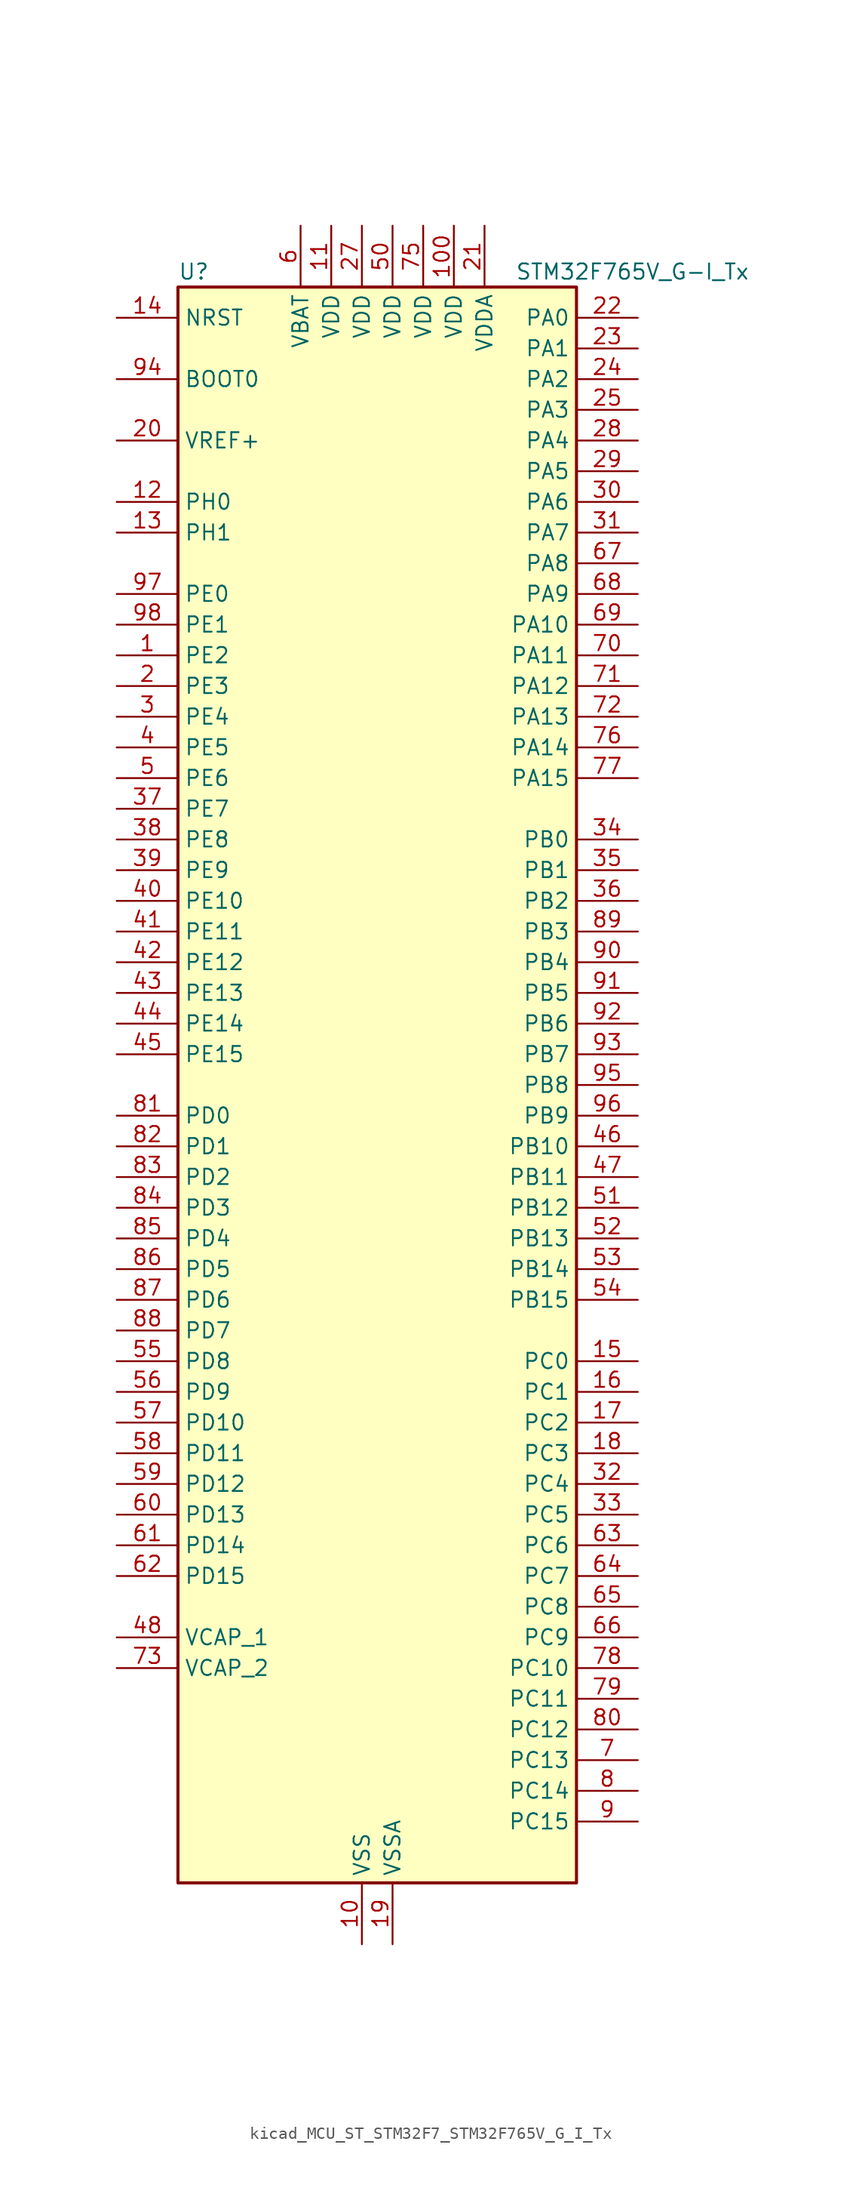
<source format=kicad_sym>
(kicad_symbol_lib
  (version 20220914)
  (generator kicad_symbol_editor)
  (symbol "kicad_MCU_ST_STM32F7_STM32F765V_G_I_Tx"
    (property "Reference" "U"
      (at -15.24 67.31 0)
      (effects (font (size 1.27 1.27)) (justify left)))
    (property "Value" "STM32F765V_G-I_Tx"
      (at 12.7 67.31 0)
      (effects (font (size 1.27 1.27)) (justify left)))
    (property "ki_locked" ""
      (at 0 0 0)
      (effects (font (size 1.27 1.27))))
    (symbol "kicad_MCU_ST_STM32F7_STM32F765V_G_I_Tx_0_1"
      (rectangle (start -15.24 -66.04) (end 17.78 66.04) (stroke (width 0.254) (type default)) (fill (type background))))
    (symbol "kicad_MCU_ST_STM32F7_STM32F765V_G_I_Tx_1_1"
      (pin bidirectional line (at -20.32 35.56 0) (length 5.08) (name "PE2" (effects (font (size 1.27 1.27)))) (number "1" (effects (font (size 1.27 1.27)))) (alternate "ETH_TXD3" bidirectional line) (alternate "FMC_A23" bidirectional line) (alternate "QUADSPI_BK1_IO2" bidirectional line) (alternate "SAI1_MCLK_A" bidirectional line) (alternate "SPI4_SCK" bidirectional line) (alternate "SYS_TRACECLK" bidirectional line))
      (pin power_in line (at 0 -71.12 90) (length 5.08) (name "VSS" (effects (font (size 1.27 1.27)))) (number "10" (effects (font (size 1.27 1.27)))))
      (pin power_in line (at 7.62 71.12 270) (length 5.08) (name "VDD" (effects (font (size 1.27 1.27)))) (number "100" (effects (font (size 1.27 1.27)))))
      (pin power_in line (at -2.54 71.12 270) (length 5.08) (name "VDD" (effects (font (size 1.27 1.27)))) (number "11" (effects (font (size 1.27 1.27)))))
      (pin bidirectional line (at -20.32 48.26 0) (length 5.08) (name "PH0" (effects (font (size 1.27 1.27)))) (number "12" (effects (font (size 1.27 1.27)))) (alternate "RCC_OSC_IN" bidirectional line))
      (pin bidirectional line (at -20.32 45.72 0) (length 5.08) (name "PH1" (effects (font (size 1.27 1.27)))) (number "13" (effects (font (size 1.27 1.27)))) (alternate "RCC_OSC_OUT" bidirectional line))
      (pin input line (at -20.32 63.5 0) (length 5.08) (name "NRST" (effects (font (size 1.27 1.27)))) (number "14" (effects (font (size 1.27 1.27)))))
      (pin bidirectional line (at 22.86 -22.86 180) (length 5.08) (name "PC0" (effects (font (size 1.27 1.27)))) (number "15" (effects (font (size 1.27 1.27)))) (alternate "ADC1_IN10" bidirectional line) (alternate "ADC2_IN10" bidirectional line) (alternate "ADC3_IN10" bidirectional line) (alternate "DFSDM1_CKIN0" bidirectional line) (alternate "DFSDM1_DATIN4" bidirectional line) (alternate "FMC_SDNWE" bidirectional line) (alternate "SAI2_FS_B" bidirectional line) (alternate "USB_OTG_HS_ULPI_STP" bidirectional line))
      (pin bidirectional line (at 22.86 -25.4 180) (length 5.08) (name "PC1" (effects (font (size 1.27 1.27)))) (number "16" (effects (font (size 1.27 1.27)))) (alternate "ADC1_IN11" bidirectional line) (alternate "ADC2_IN11" bidirectional line) (alternate "ADC3_IN11" bidirectional line) (alternate "DFSDM1_CKIN4" bidirectional line) (alternate "DFSDM1_DATIN0" bidirectional line) (alternate "ETH_MDC" bidirectional line) (alternate "I2S2_SD" bidirectional line) (alternate "MDIOS_MDC" bidirectional line) (alternate "RTC_TAMP3" bidirectional line) (alternate "RTC_TS" bidirectional line) (alternate "SAI1_SD_A" bidirectional line) (alternate "SPI2_MOSI" bidirectional line) (alternate "SYS_TRACED0" bidirectional line) (alternate "SYS_WKUP3" bidirectional line))
      (pin bidirectional line (at 22.86 -27.94 180) (length 5.08) (name "PC2" (effects (font (size 1.27 1.27)))) (number "17" (effects (font (size 1.27 1.27)))) (alternate "ADC1_IN12" bidirectional line) (alternate "ADC2_IN12" bidirectional line) (alternate "ADC3_IN12" bidirectional line) (alternate "DFSDM1_CKIN1" bidirectional line) (alternate "DFSDM1_CKOUT" bidirectional line) (alternate "ETH_TXD2" bidirectional line) (alternate "FMC_SDNE0" bidirectional line) (alternate "SPI2_MISO" bidirectional line) (alternate "USB_OTG_HS_ULPI_DIR" bidirectional line))
      (pin bidirectional line (at 22.86 -30.48 180) (length 5.08) (name "PC3" (effects (font (size 1.27 1.27)))) (number "18" (effects (font (size 1.27 1.27)))) (alternate "ADC1_IN13" bidirectional line) (alternate "ADC2_IN13" bidirectional line) (alternate "ADC3_IN13" bidirectional line) (alternate "DFSDM1_DATIN1" bidirectional line) (alternate "ETH_TX_CLK" bidirectional line) (alternate "FMC_SDCKE0" bidirectional line) (alternate "I2S2_SD" bidirectional line) (alternate "SPI2_MOSI" bidirectional line) (alternate "USB_OTG_HS_ULPI_NXT" bidirectional line))
      (pin power_in line (at 2.54 -71.12 90) (length 5.08) (name "VSSA" (effects (font (size 1.27 1.27)))) (number "19" (effects (font (size 1.27 1.27)))))
      (pin bidirectional line (at -20.32 33.02 0) (length 5.08) (name "PE3" (effects (font (size 1.27 1.27)))) (number "2" (effects (font (size 1.27 1.27)))) (alternate "FMC_A19" bidirectional line) (alternate "SAI1_SD_B" bidirectional line) (alternate "SYS_TRACED0" bidirectional line))
      (pin input line (at -20.32 53.34 0) (length 5.08) (name "VREF+" (effects (font (size 1.27 1.27)))) (number "20" (effects (font (size 1.27 1.27)))))
      (pin power_in line (at 10.16 71.12 270) (length 5.08) (name "VDDA" (effects (font (size 1.27 1.27)))) (number "21" (effects (font (size 1.27 1.27)))))
      (pin bidirectional line (at 22.86 63.5 180) (length 5.08) (name "PA0" (effects (font (size 1.27 1.27)))) (number "22" (effects (font (size 1.27 1.27)))) (alternate "ADC1_IN0" bidirectional line) (alternate "ADC2_IN0" bidirectional line) (alternate "ADC3_IN0" bidirectional line) (alternate "ETH_CRS" bidirectional line) (alternate "SAI2_SD_B" bidirectional line) (alternate "SYS_WKUP1" bidirectional line) (alternate "TIM2_CH1" bidirectional line) (alternate "TIM2_ETR" bidirectional line) (alternate "TIM5_CH1" bidirectional line) (alternate "TIM8_ETR" bidirectional line) (alternate "UART4_TX" bidirectional line) (alternate "USART2_CTS" bidirectional line))
      (pin bidirectional line (at 22.86 60.96 180) (length 5.08) (name "PA1" (effects (font (size 1.27 1.27)))) (number "23" (effects (font (size 1.27 1.27)))) (alternate "ADC1_IN1" bidirectional line) (alternate "ADC2_IN1" bidirectional line) (alternate "ADC3_IN1" bidirectional line) (alternate "ETH_REF_CLK" bidirectional line) (alternate "ETH_RX_CLK" bidirectional line) (alternate "QUADSPI_BK1_IO3" bidirectional line) (alternate "SAI2_MCLK_B" bidirectional line) (alternate "TIM2_CH2" bidirectional line) (alternate "TIM5_CH2" bidirectional line) (alternate "UART4_RX" bidirectional line) (alternate "USART2_DE" bidirectional line) (alternate "USART2_RTS" bidirectional line))
      (pin bidirectional line (at 22.86 58.42 180) (length 5.08) (name "PA2" (effects (font (size 1.27 1.27)))) (number "24" (effects (font (size 1.27 1.27)))) (alternate "ADC1_IN2" bidirectional line) (alternate "ADC2_IN2" bidirectional line) (alternate "ADC3_IN2" bidirectional line) (alternate "ETH_MDIO" bidirectional line) (alternate "MDIOS_MDIO" bidirectional line) (alternate "SAI2_SCK_B" bidirectional line) (alternate "SYS_WKUP2" bidirectional line) (alternate "TIM2_CH3" bidirectional line) (alternate "TIM5_CH3" bidirectional line) (alternate "TIM9_CH1" bidirectional line) (alternate "USART2_TX" bidirectional line))
      (pin bidirectional line (at 22.86 55.88 180) (length 5.08) (name "PA3" (effects (font (size 1.27 1.27)))) (number "25" (effects (font (size 1.27 1.27)))) (alternate "ADC1_IN3" bidirectional line) (alternate "ADC2_IN3" bidirectional line) (alternate "ADC3_IN3" bidirectional line) (alternate "ETH_COL" bidirectional line) (alternate "TIM2_CH4" bidirectional line) (alternate "TIM5_CH4" bidirectional line) (alternate "TIM9_CH2" bidirectional line) (alternate "USART2_RX" bidirectional line) (alternate "USB_OTG_HS_ULPI_D0" bidirectional line))
      (pin passive line (at 0 -71.12 90) (length 5.08) hide (name "VSS" (effects (font (size 1.27 1.27)))) (number "26" (effects (font (size 1.27 1.27)))))
      (pin power_in line (at 0 71.12 270) (length 5.08) (name "VDD" (effects (font (size 1.27 1.27)))) (number "27" (effects (font (size 1.27 1.27)))))
      (pin bidirectional line (at 22.86 53.34 180) (length 5.08) (name "PA4" (effects (font (size 1.27 1.27)))) (number "28" (effects (font (size 1.27 1.27)))) (alternate "ADC1_IN4" bidirectional line) (alternate "ADC2_IN4" bidirectional line) (alternate "DAC_OUT1" bidirectional line) (alternate "DCMI_HSYNC" bidirectional line) (alternate "I2S1_WS" bidirectional line) (alternate "I2S3_WS" bidirectional line) (alternate "SPI1_NSS" bidirectional line) (alternate "SPI3_NSS" bidirectional line) (alternate "SPI6_NSS" bidirectional line) (alternate "USART2_CK" bidirectional line) (alternate "USB_OTG_HS_SOF" bidirectional line))
      (pin bidirectional line (at 22.86 50.8 180) (length 5.08) (name "PA5" (effects (font (size 1.27 1.27)))) (number "29" (effects (font (size 1.27 1.27)))) (alternate "ADC1_IN5" bidirectional line) (alternate "ADC2_IN5" bidirectional line) (alternate "DAC_OUT2" bidirectional line) (alternate "I2S1_CK" bidirectional line) (alternate "SPI1_SCK" bidirectional line) (alternate "SPI6_SCK" bidirectional line) (alternate "TIM2_CH1" bidirectional line) (alternate "TIM2_ETR" bidirectional line) (alternate "TIM8_CH1N" bidirectional line) (alternate "USB_OTG_HS_ULPI_CK" bidirectional line))
      (pin bidirectional line (at -20.32 30.48 0) (length 5.08) (name "PE4" (effects (font (size 1.27 1.27)))) (number "3" (effects (font (size 1.27 1.27)))) (alternate "DCMI_D4" bidirectional line) (alternate "DFSDM1_DATIN3" bidirectional line) (alternate "FMC_A20" bidirectional line) (alternate "SAI1_FS_A" bidirectional line) (alternate "SPI4_NSS" bidirectional line) (alternate "SYS_TRACED1" bidirectional line))
      (pin bidirectional line (at 22.86 48.26 180) (length 5.08) (name "PA6" (effects (font (size 1.27 1.27)))) (number "30" (effects (font (size 1.27 1.27)))) (alternate "ADC1_IN6" bidirectional line) (alternate "ADC2_IN6" bidirectional line) (alternate "DCMI_PIXCLK" bidirectional line) (alternate "MDIOS_MDC" bidirectional line) (alternate "SPI1_MISO" bidirectional line) (alternate "SPI6_MISO" bidirectional line) (alternate "TIM13_CH1" bidirectional line) (alternate "TIM1_BKIN" bidirectional line) (alternate "TIM3_CH1" bidirectional line) (alternate "TIM8_BKIN" bidirectional line))
      (pin bidirectional line (at 22.86 45.72 180) (length 5.08) (name "PA7" (effects (font (size 1.27 1.27)))) (number "31" (effects (font (size 1.27 1.27)))) (alternate "ADC1_IN7" bidirectional line) (alternate "ADC2_IN7" bidirectional line) (alternate "ETH_CRS_DV" bidirectional line) (alternate "ETH_RX_DV" bidirectional line) (alternate "FMC_SDNWE" bidirectional line) (alternate "I2S1_SD" bidirectional line) (alternate "SPI1_MOSI" bidirectional line) (alternate "SPI6_MOSI" bidirectional line) (alternate "TIM14_CH1" bidirectional line) (alternate "TIM1_CH1N" bidirectional line) (alternate "TIM3_CH2" bidirectional line) (alternate "TIM8_CH1N" bidirectional line))
      (pin bidirectional line (at 22.86 -33.02 180) (length 5.08) (name "PC4" (effects (font (size 1.27 1.27)))) (number "32" (effects (font (size 1.27 1.27)))) (alternate "ADC1_IN14" bidirectional line) (alternate "ADC2_IN14" bidirectional line) (alternate "DFSDM1_CKIN2" bidirectional line) (alternate "ETH_RXD0" bidirectional line) (alternate "FMC_SDNE0" bidirectional line) (alternate "I2S1_MCK" bidirectional line) (alternate "SPDIFRX_IN2" bidirectional line))
      (pin bidirectional line (at 22.86 -35.56 180) (length 5.08) (name "PC5" (effects (font (size 1.27 1.27)))) (number "33" (effects (font (size 1.27 1.27)))) (alternate "ADC1_IN15" bidirectional line) (alternate "ADC2_IN15" bidirectional line) (alternate "DFSDM1_DATIN2" bidirectional line) (alternate "ETH_RXD1" bidirectional line) (alternate "FMC_SDCKE0" bidirectional line) (alternate "SPDIFRX_IN3" bidirectional line))
      (pin bidirectional line (at 22.86 20.32 180) (length 5.08) (name "PB0" (effects (font (size 1.27 1.27)))) (number "34" (effects (font (size 1.27 1.27)))) (alternate "ADC1_IN8" bidirectional line) (alternate "ADC2_IN8" bidirectional line) (alternate "DFSDM1_CKOUT" bidirectional line) (alternate "ETH_RXD2" bidirectional line) (alternate "TIM1_CH2N" bidirectional line) (alternate "TIM3_CH3" bidirectional line) (alternate "TIM8_CH2N" bidirectional line) (alternate "UART4_CTS" bidirectional line) (alternate "USB_OTG_HS_ULPI_D1" bidirectional line))
      (pin bidirectional line (at 22.86 17.78 180) (length 5.08) (name "PB1" (effects (font (size 1.27 1.27)))) (number "35" (effects (font (size 1.27 1.27)))) (alternate "ADC1_IN9" bidirectional line) (alternate "ADC2_IN9" bidirectional line) (alternate "DFSDM1_DATIN1" bidirectional line) (alternate "ETH_RXD3" bidirectional line) (alternate "TIM1_CH3N" bidirectional line) (alternate "TIM3_CH4" bidirectional line) (alternate "TIM8_CH3N" bidirectional line) (alternate "USB_OTG_HS_ULPI_D2" bidirectional line))
      (pin bidirectional line (at 22.86 15.24 180) (length 5.08) (name "PB2" (effects (font (size 1.27 1.27)))) (number "36" (effects (font (size 1.27 1.27)))) (alternate "DFSDM1_CKIN1" bidirectional line) (alternate "I2S3_SD" bidirectional line) (alternate "QUADSPI_CLK" bidirectional line) (alternate "SAI1_SD_A" bidirectional line) (alternate "SPI3_MOSI" bidirectional line))
      (pin bidirectional line (at -20.32 22.86 0) (length 5.08) (name "PE7" (effects (font (size 1.27 1.27)))) (number "37" (effects (font (size 1.27 1.27)))) (alternate "DFSDM1_DATIN2" bidirectional line) (alternate "FMC_D4" bidirectional line) (alternate "FMC_DA4" bidirectional line) (alternate "QUADSPI_BK2_IO0" bidirectional line) (alternate "TIM1_ETR" bidirectional line) (alternate "UART7_RX" bidirectional line))
      (pin bidirectional line (at -20.32 20.32 0) (length 5.08) (name "PE8" (effects (font (size 1.27 1.27)))) (number "38" (effects (font (size 1.27 1.27)))) (alternate "DFSDM1_CKIN2" bidirectional line) (alternate "FMC_D5" bidirectional line) (alternate "FMC_DA5" bidirectional line) (alternate "QUADSPI_BK2_IO1" bidirectional line) (alternate "TIM1_CH1N" bidirectional line) (alternate "UART7_TX" bidirectional line))
      (pin bidirectional line (at -20.32 17.78 0) (length 5.08) (name "PE9" (effects (font (size 1.27 1.27)))) (number "39" (effects (font (size 1.27 1.27)))) (alternate "DAC_EXTI9" bidirectional line) (alternate "DFSDM1_CKOUT" bidirectional line) (alternate "FMC_D6" bidirectional line) (alternate "FMC_DA6" bidirectional line) (alternate "QUADSPI_BK2_IO2" bidirectional line) (alternate "TIM1_CH1" bidirectional line) (alternate "UART7_DE" bidirectional line) (alternate "UART7_RTS" bidirectional line))
      (pin bidirectional line (at -20.32 27.94 0) (length 5.08) (name "PE5" (effects (font (size 1.27 1.27)))) (number "4" (effects (font (size 1.27 1.27)))) (alternate "DCMI_D6" bidirectional line) (alternate "DFSDM1_CKIN3" bidirectional line) (alternate "FMC_A21" bidirectional line) (alternate "SAI1_SCK_A" bidirectional line) (alternate "SPI4_MISO" bidirectional line) (alternate "SYS_TRACED2" bidirectional line) (alternate "TIM9_CH1" bidirectional line))
      (pin bidirectional line (at -20.32 15.24 0) (length 5.08) (name "PE10" (effects (font (size 1.27 1.27)))) (number "40" (effects (font (size 1.27 1.27)))) (alternate "DFSDM1_DATIN4" bidirectional line) (alternate "FMC_D7" bidirectional line) (alternate "FMC_DA7" bidirectional line) (alternate "QUADSPI_BK2_IO3" bidirectional line) (alternate "TIM1_CH2N" bidirectional line) (alternate "UART7_CTS" bidirectional line))
      (pin bidirectional line (at -20.32 12.7 0) (length 5.08) (name "PE11" (effects (font (size 1.27 1.27)))) (number "41" (effects (font (size 1.27 1.27)))) (alternate "ADC1_EXTI11" bidirectional line) (alternate "ADC2_EXTI11" bidirectional line) (alternate "ADC3_EXTI11" bidirectional line) (alternate "DFSDM1_CKIN4" bidirectional line) (alternate "FMC_D8" bidirectional line) (alternate "FMC_DA8" bidirectional line) (alternate "SAI2_SD_B" bidirectional line) (alternate "SPI4_NSS" bidirectional line) (alternate "TIM1_CH2" bidirectional line))
      (pin bidirectional line (at -20.32 10.16 0) (length 5.08) (name "PE12" (effects (font (size 1.27 1.27)))) (number "42" (effects (font (size 1.27 1.27)))) (alternate "DFSDM1_DATIN5" bidirectional line) (alternate "FMC_D9" bidirectional line) (alternate "FMC_DA9" bidirectional line) (alternate "SAI2_SCK_B" bidirectional line) (alternate "SPI4_SCK" bidirectional line) (alternate "TIM1_CH3N" bidirectional line))
      (pin bidirectional line (at -20.32 7.62 0) (length 5.08) (name "PE13" (effects (font (size 1.27 1.27)))) (number "43" (effects (font (size 1.27 1.27)))) (alternate "DFSDM1_CKIN5" bidirectional line) (alternate "FMC_D10" bidirectional line) (alternate "FMC_DA10" bidirectional line) (alternate "SAI2_FS_B" bidirectional line) (alternate "SPI4_MISO" bidirectional line) (alternate "TIM1_CH3" bidirectional line))
      (pin bidirectional line (at -20.32 5.08 0) (length 5.08) (name "PE14" (effects (font (size 1.27 1.27)))) (number "44" (effects (font (size 1.27 1.27)))) (alternate "FMC_D11" bidirectional line) (alternate "FMC_DA11" bidirectional line) (alternate "SAI2_MCLK_B" bidirectional line) (alternate "SPI4_MOSI" bidirectional line) (alternate "TIM1_CH4" bidirectional line))
      (pin bidirectional line (at -20.32 2.54 0) (length 5.08) (name "PE15" (effects (font (size 1.27 1.27)))) (number "45" (effects (font (size 1.27 1.27)))) (alternate "FMC_D12" bidirectional line) (alternate "FMC_DA12" bidirectional line) (alternate "TIM1_BKIN" bidirectional line))
      (pin bidirectional line (at 22.86 -5.08 180) (length 5.08) (name "PB10" (effects (font (size 1.27 1.27)))) (number "46" (effects (font (size 1.27 1.27)))) (alternate "DFSDM1_DATIN7" bidirectional line) (alternate "ETH_RX_ER" bidirectional line) (alternate "I2C2_SCL" bidirectional line) (alternate "I2S2_CK" bidirectional line) (alternate "QUADSPI_BK1_NCS" bidirectional line) (alternate "SPI2_SCK" bidirectional line) (alternate "TIM2_CH3" bidirectional line) (alternate "USART3_TX" bidirectional line) (alternate "USB_OTG_HS_ULPI_D3" bidirectional line))
      (pin bidirectional line (at 22.86 -7.62 180) (length 5.08) (name "PB11" (effects (font (size 1.27 1.27)))) (number "47" (effects (font (size 1.27 1.27)))) (alternate "ADC1_EXTI11" bidirectional line) (alternate "ADC2_EXTI11" bidirectional line) (alternate "ADC3_EXTI11" bidirectional line) (alternate "DFSDM1_CKIN7" bidirectional line) (alternate "ETH_TX_EN" bidirectional line) (alternate "I2C2_SDA" bidirectional line) (alternate "TIM2_CH4" bidirectional line) (alternate "USART3_RX" bidirectional line) (alternate "USB_OTG_HS_ULPI_D4" bidirectional line))
      (pin power_out line (at -20.32 -45.72 0) (length 5.08) (name "VCAP_1" (effects (font (size 1.27 1.27)))) (number "48" (effects (font (size 1.27 1.27)))))
      (pin passive line (at 0 -71.12 90) (length 5.08) hide (name "VSS" (effects (font (size 1.27 1.27)))) (number "49" (effects (font (size 1.27 1.27)))))
      (pin bidirectional line (at -20.32 25.4 0) (length 5.08) (name "PE6" (effects (font (size 1.27 1.27)))) (number "5" (effects (font (size 1.27 1.27)))) (alternate "DCMI_D7" bidirectional line) (alternate "FMC_A22" bidirectional line) (alternate "SAI1_SD_A" bidirectional line) (alternate "SAI2_MCLK_B" bidirectional line) (alternate "SPI4_MOSI" bidirectional line) (alternate "SYS_TRACED3" bidirectional line) (alternate "TIM1_BKIN2" bidirectional line) (alternate "TIM9_CH2" bidirectional line))
      (pin power_in line (at 2.54 71.12 270) (length 5.08) (name "VDD" (effects (font (size 1.27 1.27)))) (number "50" (effects (font (size 1.27 1.27)))))
      (pin bidirectional line (at 22.86 -10.16 180) (length 5.08) (name "PB12" (effects (font (size 1.27 1.27)))) (number "51" (effects (font (size 1.27 1.27)))) (alternate "CAN2_RX" bidirectional line) (alternate "DFSDM1_DATIN1" bidirectional line) (alternate "ETH_TXD0" bidirectional line) (alternate "I2C2_SMBA" bidirectional line) (alternate "I2S2_WS" bidirectional line) (alternate "SPI2_NSS" bidirectional line) (alternate "TIM1_BKIN" bidirectional line) (alternate "UART5_RX" bidirectional line) (alternate "USART3_CK" bidirectional line) (alternate "USB_OTG_HS_ID" bidirectional line) (alternate "USB_OTG_HS_ULPI_D5" bidirectional line))
      (pin bidirectional line (at 22.86 -12.7 180) (length 5.08) (name "PB13" (effects (font (size 1.27 1.27)))) (number "52" (effects (font (size 1.27 1.27)))) (alternate "CAN2_TX" bidirectional line) (alternate "DFSDM1_CKIN1" bidirectional line) (alternate "ETH_TXD1" bidirectional line) (alternate "I2S2_CK" bidirectional line) (alternate "SPI2_SCK" bidirectional line) (alternate "TIM1_CH1N" bidirectional line) (alternate "UART5_TX" bidirectional line) (alternate "USART3_CTS" bidirectional line) (alternate "USB_OTG_HS_ULPI_D6" bidirectional line) (alternate "USB_OTG_HS_VBUS" bidirectional line))
      (pin bidirectional line (at 22.86 -15.24 180) (length 5.08) (name "PB14" (effects (font (size 1.27 1.27)))) (number "53" (effects (font (size 1.27 1.27)))) (alternate "DFSDM1_DATIN2" bidirectional line) (alternate "SDMMC2_D0" bidirectional line) (alternate "SPI2_MISO" bidirectional line) (alternate "TIM12_CH1" bidirectional line) (alternate "TIM1_CH2N" bidirectional line) (alternate "TIM8_CH2N" bidirectional line) (alternate "UART4_DE" bidirectional line) (alternate "UART4_RTS" bidirectional line) (alternate "USART1_TX" bidirectional line) (alternate "USART3_DE" bidirectional line) (alternate "USART3_RTS" bidirectional line) (alternate "USB_OTG_HS_DM" bidirectional line))
      (pin bidirectional line (at 22.86 -17.78 180) (length 5.08) (name "PB15" (effects (font (size 1.27 1.27)))) (number "54" (effects (font (size 1.27 1.27)))) (alternate "DFSDM1_CKIN2" bidirectional line) (alternate "I2S2_SD" bidirectional line) (alternate "RTC_REFIN" bidirectional line) (alternate "SDMMC2_D1" bidirectional line) (alternate "SPI2_MOSI" bidirectional line) (alternate "TIM12_CH2" bidirectional line) (alternate "TIM1_CH3N" bidirectional line) (alternate "TIM8_CH3N" bidirectional line) (alternate "UART4_CTS" bidirectional line) (alternate "USART1_RX" bidirectional line) (alternate "USB_OTG_HS_DP" bidirectional line))
      (pin bidirectional line (at -20.32 -22.86 0) (length 5.08) (name "PD8" (effects (font (size 1.27 1.27)))) (number "55" (effects (font (size 1.27 1.27)))) (alternate "DFSDM1_CKIN3" bidirectional line) (alternate "FMC_D13" bidirectional line) (alternate "FMC_DA13" bidirectional line) (alternate "SPDIFRX_IN1" bidirectional line) (alternate "USART3_TX" bidirectional line))
      (pin bidirectional line (at -20.32 -25.4 0) (length 5.08) (name "PD9" (effects (font (size 1.27 1.27)))) (number "56" (effects (font (size 1.27 1.27)))) (alternate "DAC_EXTI9" bidirectional line) (alternate "DFSDM1_DATIN3" bidirectional line) (alternate "FMC_D14" bidirectional line) (alternate "FMC_DA14" bidirectional line) (alternate "USART3_RX" bidirectional line))
      (pin bidirectional line (at -20.32 -27.94 0) (length 5.08) (name "PD10" (effects (font (size 1.27 1.27)))) (number "57" (effects (font (size 1.27 1.27)))) (alternate "DFSDM1_CKOUT" bidirectional line) (alternate "FMC_D15" bidirectional line) (alternate "FMC_DA15" bidirectional line) (alternate "USART3_CK" bidirectional line))
      (pin bidirectional line (at -20.32 -30.48 0) (length 5.08) (name "PD11" (effects (font (size 1.27 1.27)))) (number "58" (effects (font (size 1.27 1.27)))) (alternate "ADC1_EXTI11" bidirectional line) (alternate "ADC2_EXTI11" bidirectional line) (alternate "ADC3_EXTI11" bidirectional line) (alternate "FMC_A16" bidirectional line) (alternate "FMC_CLE" bidirectional line) (alternate "I2C4_SMBA" bidirectional line) (alternate "QUADSPI_BK1_IO0" bidirectional line) (alternate "SAI2_SD_A" bidirectional line) (alternate "USART3_CTS" bidirectional line))
      (pin bidirectional line (at -20.32 -33.02 0) (length 5.08) (name "PD12" (effects (font (size 1.27 1.27)))) (number "59" (effects (font (size 1.27 1.27)))) (alternate "FMC_A17" bidirectional line) (alternate "FMC_ALE" bidirectional line) (alternate "I2C4_SCL" bidirectional line) (alternate "LPTIM1_IN1" bidirectional line) (alternate "QUADSPI_BK1_IO1" bidirectional line) (alternate "SAI2_FS_A" bidirectional line) (alternate "TIM4_CH1" bidirectional line) (alternate "USART3_DE" bidirectional line) (alternate "USART3_RTS" bidirectional line))
      (pin power_in line (at -5.08 71.12 270) (length 5.08) (name "VBAT" (effects (font (size 1.27 1.27)))) (number "6" (effects (font (size 1.27 1.27)))))
      (pin bidirectional line (at -20.32 -35.56 0) (length 5.08) (name "PD13" (effects (font (size 1.27 1.27)))) (number "60" (effects (font (size 1.27 1.27)))) (alternate "FMC_A18" bidirectional line) (alternate "I2C4_SDA" bidirectional line) (alternate "LPTIM1_OUT" bidirectional line) (alternate "QUADSPI_BK1_IO3" bidirectional line) (alternate "SAI2_SCK_A" bidirectional line) (alternate "TIM4_CH2" bidirectional line))
      (pin bidirectional line (at -20.32 -38.1 0) (length 5.08) (name "PD14" (effects (font (size 1.27 1.27)))) (number "61" (effects (font (size 1.27 1.27)))) (alternate "FMC_D0" bidirectional line) (alternate "FMC_DA0" bidirectional line) (alternate "TIM4_CH3" bidirectional line) (alternate "UART8_CTS" bidirectional line))
      (pin bidirectional line (at -20.32 -40.64 0) (length 5.08) (name "PD15" (effects (font (size 1.27 1.27)))) (number "62" (effects (font (size 1.27 1.27)))) (alternate "FMC_D1" bidirectional line) (alternate "FMC_DA1" bidirectional line) (alternate "TIM4_CH4" bidirectional line) (alternate "UART8_DE" bidirectional line) (alternate "UART8_RTS" bidirectional line))
      (pin bidirectional line (at 22.86 -38.1 180) (length 5.08) (name "PC6" (effects (font (size 1.27 1.27)))) (number "63" (effects (font (size 1.27 1.27)))) (alternate "DCMI_D0" bidirectional line) (alternate "DFSDM1_CKIN3" bidirectional line) (alternate "FMC_NWAIT" bidirectional line) (alternate "I2S2_MCK" bidirectional line) (alternate "SDMMC1_D6" bidirectional line) (alternate "SDMMC2_D6" bidirectional line) (alternate "TIM3_CH1" bidirectional line) (alternate "TIM8_CH1" bidirectional line) (alternate "USART6_TX" bidirectional line))
      (pin bidirectional line (at 22.86 -40.64 180) (length 5.08) (name "PC7" (effects (font (size 1.27 1.27)))) (number "64" (effects (font (size 1.27 1.27)))) (alternate "DCMI_D1" bidirectional line) (alternate "DFSDM1_DATIN3" bidirectional line) (alternate "FMC_NE1" bidirectional line) (alternate "I2S3_MCK" bidirectional line) (alternate "SDMMC1_D7" bidirectional line) (alternate "SDMMC2_D7" bidirectional line) (alternate "TIM3_CH2" bidirectional line) (alternate "TIM8_CH2" bidirectional line) (alternate "USART6_RX" bidirectional line))
      (pin bidirectional line (at 22.86 -43.18 180) (length 5.08) (name "PC8" (effects (font (size 1.27 1.27)))) (number "65" (effects (font (size 1.27 1.27)))) (alternate "DCMI_D2" bidirectional line) (alternate "FMC_NCE" bidirectional line) (alternate "FMC_NE2" bidirectional line) (alternate "SDMMC1_D0" bidirectional line) (alternate "SYS_TRACED1" bidirectional line) (alternate "TIM3_CH3" bidirectional line) (alternate "TIM8_CH3" bidirectional line) (alternate "UART5_DE" bidirectional line) (alternate "UART5_RTS" bidirectional line) (alternate "USART6_CK" bidirectional line))
      (pin bidirectional line (at 22.86 -45.72 180) (length 5.08) (name "PC9" (effects (font (size 1.27 1.27)))) (number "66" (effects (font (size 1.27 1.27)))) (alternate "DAC_EXTI9" bidirectional line) (alternate "DCMI_D3" bidirectional line) (alternate "I2C3_SDA" bidirectional line) (alternate "I2S_CKIN" bidirectional line) (alternate "QUADSPI_BK1_IO0" bidirectional line) (alternate "RCC_MCO_2" bidirectional line) (alternate "SDMMC1_D1" bidirectional line) (alternate "TIM3_CH4" bidirectional line) (alternate "TIM8_CH4" bidirectional line) (alternate "UART5_CTS" bidirectional line))
      (pin bidirectional line (at 22.86 43.18 180) (length 5.08) (name "PA8" (effects (font (size 1.27 1.27)))) (number "67" (effects (font (size 1.27 1.27)))) (alternate "CAN3_RX" bidirectional line) (alternate "I2C3_SCL" bidirectional line) (alternate "RCC_MCO_1" bidirectional line) (alternate "TIM1_CH1" bidirectional line) (alternate "TIM8_BKIN2" bidirectional line) (alternate "UART7_RX" bidirectional line) (alternate "USART1_CK" bidirectional line) (alternate "USB_OTG_FS_SOF" bidirectional line))
      (pin bidirectional line (at 22.86 40.64 180) (length 5.08) (name "PA9" (effects (font (size 1.27 1.27)))) (number "68" (effects (font (size 1.27 1.27)))) (alternate "DAC_EXTI9" bidirectional line) (alternate "DCMI_D0" bidirectional line) (alternate "I2C3_SMBA" bidirectional line) (alternate "I2S2_CK" bidirectional line) (alternate "SPI2_SCK" bidirectional line) (alternate "TIM1_CH2" bidirectional line) (alternate "USART1_TX" bidirectional line) (alternate "USB_OTG_FS_VBUS" bidirectional line))
      (pin bidirectional line (at 22.86 38.1 180) (length 5.08) (name "PA10" (effects (font (size 1.27 1.27)))) (number "69" (effects (font (size 1.27 1.27)))) (alternate "DCMI_D1" bidirectional line) (alternate "MDIOS_MDIO" bidirectional line) (alternate "TIM1_CH3" bidirectional line) (alternate "USART1_RX" bidirectional line) (alternate "USB_OTG_FS_ID" bidirectional line))
      (pin bidirectional line (at 22.86 -55.88 180) (length 5.08) (name "PC13" (effects (font (size 1.27 1.27)))) (number "7" (effects (font (size 1.27 1.27)))) (alternate "RTC_OUT" bidirectional line) (alternate "RTC_TAMP1" bidirectional line) (alternate "RTC_TS" bidirectional line) (alternate "SYS_WKUP4" bidirectional line))
      (pin bidirectional line (at 22.86 35.56 180) (length 5.08) (name "PA11" (effects (font (size 1.27 1.27)))) (number "70" (effects (font (size 1.27 1.27)))) (alternate "ADC1_EXTI11" bidirectional line) (alternate "ADC2_EXTI11" bidirectional line) (alternate "ADC3_EXTI11" bidirectional line) (alternate "CAN1_RX" bidirectional line) (alternate "I2S2_WS" bidirectional line) (alternate "SPI2_NSS" bidirectional line) (alternate "TIM1_CH4" bidirectional line) (alternate "UART4_RX" bidirectional line) (alternate "USART1_CTS" bidirectional line) (alternate "USB_OTG_FS_DM" bidirectional line))
      (pin bidirectional line (at 22.86 33.02 180) (length 5.08) (name "PA12" (effects (font (size 1.27 1.27)))) (number "71" (effects (font (size 1.27 1.27)))) (alternate "CAN1_TX" bidirectional line) (alternate "I2S2_CK" bidirectional line) (alternate "SAI2_FS_B" bidirectional line) (alternate "SPI2_SCK" bidirectional line) (alternate "TIM1_ETR" bidirectional line) (alternate "UART4_TX" bidirectional line) (alternate "USART1_DE" bidirectional line) (alternate "USART1_RTS" bidirectional line) (alternate "USB_OTG_FS_DP" bidirectional line))
      (pin bidirectional line (at 22.86 30.48 180) (length 5.08) (name "PA13" (effects (font (size 1.27 1.27)))) (number "72" (effects (font (size 1.27 1.27)))) (alternate "SYS_JTMS-SWDIO" bidirectional line))
      (pin power_out line (at -20.32 -48.26 0) (length 5.08) (name "VCAP_2" (effects (font (size 1.27 1.27)))) (number "73" (effects (font (size 1.27 1.27)))))
      (pin passive line (at 0 -71.12 90) (length 5.08) hide (name "VSS" (effects (font (size 1.27 1.27)))) (number "74" (effects (font (size 1.27 1.27)))))
      (pin power_in line (at 5.08 71.12 270) (length 5.08) (name "VDD" (effects (font (size 1.27 1.27)))) (number "75" (effects (font (size 1.27 1.27)))))
      (pin bidirectional line (at 22.86 27.94 180) (length 5.08) (name "PA14" (effects (font (size 1.27 1.27)))) (number "76" (effects (font (size 1.27 1.27)))) (alternate "SYS_JTCK-SWCLK" bidirectional line))
      (pin bidirectional line (at 22.86 25.4 180) (length 5.08) (name "PA15" (effects (font (size 1.27 1.27)))) (number "77" (effects (font (size 1.27 1.27)))) (alternate "CAN3_TX" bidirectional line) (alternate "CEC" bidirectional line) (alternate "I2S1_WS" bidirectional line) (alternate "I2S3_WS" bidirectional line) (alternate "SPI1_NSS" bidirectional line) (alternate "SPI3_NSS" bidirectional line) (alternate "SPI6_NSS" bidirectional line) (alternate "SYS_JTDI" bidirectional line) (alternate "TIM2_CH1" bidirectional line) (alternate "TIM2_ETR" bidirectional line) (alternate "UART4_DE" bidirectional line) (alternate "UART4_RTS" bidirectional line) (alternate "UART7_TX" bidirectional line))
      (pin bidirectional line (at 22.86 -48.26 180) (length 5.08) (name "PC10" (effects (font (size 1.27 1.27)))) (number "78" (effects (font (size 1.27 1.27)))) (alternate "DCMI_D8" bidirectional line) (alternate "DFSDM1_CKIN5" bidirectional line) (alternate "I2S3_CK" bidirectional line) (alternate "QUADSPI_BK1_IO1" bidirectional line) (alternate "SDMMC1_D2" bidirectional line) (alternate "SPI3_SCK" bidirectional line) (alternate "UART4_TX" bidirectional line) (alternate "USART3_TX" bidirectional line))
      (pin bidirectional line (at 22.86 -50.8 180) (length 5.08) (name "PC11" (effects (font (size 1.27 1.27)))) (number "79" (effects (font (size 1.27 1.27)))) (alternate "ADC1_EXTI11" bidirectional line) (alternate "ADC2_EXTI11" bidirectional line) (alternate "ADC3_EXTI11" bidirectional line) (alternate "DCMI_D4" bidirectional line) (alternate "DFSDM1_DATIN5" bidirectional line) (alternate "QUADSPI_BK2_NCS" bidirectional line) (alternate "SDMMC1_D3" bidirectional line) (alternate "SPI3_MISO" bidirectional line) (alternate "UART4_RX" bidirectional line) (alternate "USART3_RX" bidirectional line))
      (pin bidirectional line (at 22.86 -58.42 180) (length 5.08) (name "PC14" (effects (font (size 1.27 1.27)))) (number "8" (effects (font (size 1.27 1.27)))) (alternate "RCC_OSC32_IN" bidirectional line))
      (pin bidirectional line (at 22.86 -53.34 180) (length 5.08) (name "PC12" (effects (font (size 1.27 1.27)))) (number "80" (effects (font (size 1.27 1.27)))) (alternate "DCMI_D9" bidirectional line) (alternate "I2S3_SD" bidirectional line) (alternate "SDMMC1_CK" bidirectional line) (alternate "SPI3_MOSI" bidirectional line) (alternate "SYS_TRACED3" bidirectional line) (alternate "UART5_TX" bidirectional line) (alternate "USART3_CK" bidirectional line))
      (pin bidirectional line (at -20.32 -2.54 0) (length 5.08) (name "PD0" (effects (font (size 1.27 1.27)))) (number "81" (effects (font (size 1.27 1.27)))) (alternate "CAN1_RX" bidirectional line) (alternate "DFSDM1_CKIN6" bidirectional line) (alternate "DFSDM1_DATIN7" bidirectional line) (alternate "FMC_D2" bidirectional line) (alternate "FMC_DA2" bidirectional line) (alternate "UART4_RX" bidirectional line))
      (pin bidirectional line (at -20.32 -5.08 0) (length 5.08) (name "PD1" (effects (font (size 1.27 1.27)))) (number "82" (effects (font (size 1.27 1.27)))) (alternate "CAN1_TX" bidirectional line) (alternate "DFSDM1_CKIN7" bidirectional line) (alternate "DFSDM1_DATIN6" bidirectional line) (alternate "FMC_D3" bidirectional line) (alternate "FMC_DA3" bidirectional line) (alternate "UART4_TX" bidirectional line))
      (pin bidirectional line (at -20.32 -7.62 0) (length 5.08) (name "PD2" (effects (font (size 1.27 1.27)))) (number "83" (effects (font (size 1.27 1.27)))) (alternate "DCMI_D11" bidirectional line) (alternate "SDMMC1_CMD" bidirectional line) (alternate "SYS_TRACED2" bidirectional line) (alternate "TIM3_ETR" bidirectional line) (alternate "UART5_RX" bidirectional line))
      (pin bidirectional line (at -20.32 -10.16 0) (length 5.08) (name "PD3" (effects (font (size 1.27 1.27)))) (number "84" (effects (font (size 1.27 1.27)))) (alternate "DCMI_D5" bidirectional line) (alternate "DFSDM1_CKOUT" bidirectional line) (alternate "DFSDM1_DATIN0" bidirectional line) (alternate "FMC_CLK" bidirectional line) (alternate "I2S2_CK" bidirectional line) (alternate "SPI2_SCK" bidirectional line) (alternate "USART2_CTS" bidirectional line))
      (pin bidirectional line (at -20.32 -12.7 0) (length 5.08) (name "PD4" (effects (font (size 1.27 1.27)))) (number "85" (effects (font (size 1.27 1.27)))) (alternate "DFSDM1_CKIN0" bidirectional line) (alternate "FMC_NOE" bidirectional line) (alternate "USART2_DE" bidirectional line) (alternate "USART2_RTS" bidirectional line))
      (pin bidirectional line (at -20.32 -15.24 0) (length 5.08) (name "PD5" (effects (font (size 1.27 1.27)))) (number "86" (effects (font (size 1.27 1.27)))) (alternate "FMC_NWE" bidirectional line) (alternate "USART2_TX" bidirectional line))
      (pin bidirectional line (at -20.32 -17.78 0) (length 5.08) (name "PD6" (effects (font (size 1.27 1.27)))) (number "87" (effects (font (size 1.27 1.27)))) (alternate "DCMI_D10" bidirectional line) (alternate "DFSDM1_CKIN4" bidirectional line) (alternate "DFSDM1_DATIN1" bidirectional line) (alternate "FMC_NWAIT" bidirectional line) (alternate "I2S3_SD" bidirectional line) (alternate "SAI1_SD_A" bidirectional line) (alternate "SDMMC2_CK" bidirectional line) (alternate "SPI3_MOSI" bidirectional line) (alternate "USART2_RX" bidirectional line))
      (pin bidirectional line (at -20.32 -20.32 0) (length 5.08) (name "PD7" (effects (font (size 1.27 1.27)))) (number "88" (effects (font (size 1.27 1.27)))) (alternate "DFSDM1_CKIN1" bidirectional line) (alternate "DFSDM1_DATIN4" bidirectional line) (alternate "FMC_NE1" bidirectional line) (alternate "I2S1_SD" bidirectional line) (alternate "SDMMC2_CMD" bidirectional line) (alternate "SPDIFRX_IN0" bidirectional line) (alternate "SPI1_MOSI" bidirectional line) (alternate "USART2_CK" bidirectional line))
      (pin bidirectional line (at 22.86 12.7 180) (length 5.08) (name "PB3" (effects (font (size 1.27 1.27)))) (number "89" (effects (font (size 1.27 1.27)))) (alternate "CAN3_RX" bidirectional line) (alternate "I2S1_CK" bidirectional line) (alternate "I2S3_CK" bidirectional line) (alternate "SDMMC2_D2" bidirectional line) (alternate "SPI1_SCK" bidirectional line) (alternate "SPI3_SCK" bidirectional line) (alternate "SPI6_SCK" bidirectional line) (alternate "SYS_JTDO-SWO" bidirectional line) (alternate "TIM2_CH2" bidirectional line) (alternate "UART7_RX" bidirectional line))
      (pin bidirectional line (at 22.86 -60.96 180) (length 5.08) (name "PC15" (effects (font (size 1.27 1.27)))) (number "9" (effects (font (size 1.27 1.27)))) (alternate "RCC_OSC32_OUT" bidirectional line))
      (pin bidirectional line (at 22.86 10.16 180) (length 5.08) (name "PB4" (effects (font (size 1.27 1.27)))) (number "90" (effects (font (size 1.27 1.27)))) (alternate "CAN3_TX" bidirectional line) (alternate "I2S2_WS" bidirectional line) (alternate "SDMMC2_D3" bidirectional line) (alternate "SPI1_MISO" bidirectional line) (alternate "SPI2_NSS" bidirectional line) (alternate "SPI3_MISO" bidirectional line) (alternate "SPI6_MISO" bidirectional line) (alternate "SYS_JTRST" bidirectional line) (alternate "TIM3_CH1" bidirectional line) (alternate "UART7_TX" bidirectional line))
      (pin bidirectional line (at 22.86 7.62 180) (length 5.08) (name "PB5" (effects (font (size 1.27 1.27)))) (number "91" (effects (font (size 1.27 1.27)))) (alternate "CAN2_RX" bidirectional line) (alternate "DCMI_D10" bidirectional line) (alternate "ETH_PPS_OUT" bidirectional line) (alternate "FMC_SDCKE1" bidirectional line) (alternate "I2C1_SMBA" bidirectional line) (alternate "I2S1_SD" bidirectional line) (alternate "I2S3_SD" bidirectional line) (alternate "SPI1_MOSI" bidirectional line) (alternate "SPI3_MOSI" bidirectional line) (alternate "SPI6_MOSI" bidirectional line) (alternate "TIM3_CH2" bidirectional line) (alternate "UART5_RX" bidirectional line) (alternate "USB_OTG_HS_ULPI_D7" bidirectional line))
      (pin bidirectional line (at 22.86 5.08 180) (length 5.08) (name "PB6" (effects (font (size 1.27 1.27)))) (number "92" (effects (font (size 1.27 1.27)))) (alternate "CAN2_TX" bidirectional line) (alternate "CEC" bidirectional line) (alternate "DCMI_D5" bidirectional line) (alternate "DFSDM1_DATIN5" bidirectional line) (alternate "FMC_SDNE1" bidirectional line) (alternate "I2C1_SCL" bidirectional line) (alternate "I2C4_SCL" bidirectional line) (alternate "QUADSPI_BK1_NCS" bidirectional line) (alternate "TIM4_CH1" bidirectional line) (alternate "UART5_TX" bidirectional line) (alternate "USART1_TX" bidirectional line))
      (pin bidirectional line (at 22.86 2.54 180) (length 5.08) (name "PB7" (effects (font (size 1.27 1.27)))) (number "93" (effects (font (size 1.27 1.27)))) (alternate "DCMI_VSYNC" bidirectional line) (alternate "DFSDM1_CKIN5" bidirectional line) (alternate "FMC_NL" bidirectional line) (alternate "I2C1_SDA" bidirectional line) (alternate "I2C4_SDA" bidirectional line) (alternate "TIM4_CH2" bidirectional line) (alternate "USART1_RX" bidirectional line))
      (pin input line (at -20.32 58.42 0) (length 5.08) (name "BOOT0" (effects (font (size 1.27 1.27)))) (number "94" (effects (font (size 1.27 1.27)))))
      (pin bidirectional line (at 22.86 0 180) (length 5.08) (name "PB8" (effects (font (size 1.27 1.27)))) (number "95" (effects (font (size 1.27 1.27)))) (alternate "CAN1_RX" bidirectional line) (alternate "DCMI_D6" bidirectional line) (alternate "DFSDM1_CKIN7" bidirectional line) (alternate "ETH_TXD3" bidirectional line) (alternate "I2C1_SCL" bidirectional line) (alternate "I2C4_SCL" bidirectional line) (alternate "SDMMC1_D4" bidirectional line) (alternate "SDMMC2_D4" bidirectional line) (alternate "TIM10_CH1" bidirectional line) (alternate "TIM4_CH3" bidirectional line) (alternate "UART5_RX" bidirectional line))
      (pin bidirectional line (at 22.86 -2.54 180) (length 5.08) (name "PB9" (effects (font (size 1.27 1.27)))) (number "96" (effects (font (size 1.27 1.27)))) (alternate "CAN1_TX" bidirectional line) (alternate "DAC_EXTI9" bidirectional line) (alternate "DCMI_D7" bidirectional line) (alternate "DFSDM1_DATIN7" bidirectional line) (alternate "I2C1_SDA" bidirectional line) (alternate "I2C4_SDA" bidirectional line) (alternate "I2C4_SMBA" bidirectional line) (alternate "I2S2_WS" bidirectional line) (alternate "SDMMC1_D5" bidirectional line) (alternate "SDMMC2_D5" bidirectional line) (alternate "SPI2_NSS" bidirectional line) (alternate "TIM11_CH1" bidirectional line) (alternate "TIM4_CH4" bidirectional line) (alternate "UART5_TX" bidirectional line))
      (pin bidirectional line (at -20.32 40.64 0) (length 5.08) (name "PE0" (effects (font (size 1.27 1.27)))) (number "97" (effects (font (size 1.27 1.27)))) (alternate "DCMI_D2" bidirectional line) (alternate "FMC_NBL0" bidirectional line) (alternate "LPTIM1_ETR" bidirectional line) (alternate "SAI2_MCLK_A" bidirectional line) (alternate "TIM4_ETR" bidirectional line) (alternate "UART8_RX" bidirectional line))
      (pin bidirectional line (at -20.32 38.1 0) (length 5.08) (name "PE1" (effects (font (size 1.27 1.27)))) (number "98" (effects (font (size 1.27 1.27)))) (alternate "DCMI_D3" bidirectional line) (alternate "FMC_NBL1" bidirectional line) (alternate "LPTIM1_IN2" bidirectional line) (alternate "UART8_TX" bidirectional line))
      (pin passive line (at 0 -71.12 90) (length 5.08) hide (name "VSS" (effects (font (size 1.27 1.27)))) (number "99" (effects (font (size 1.27 1.27))))))))
</source>
